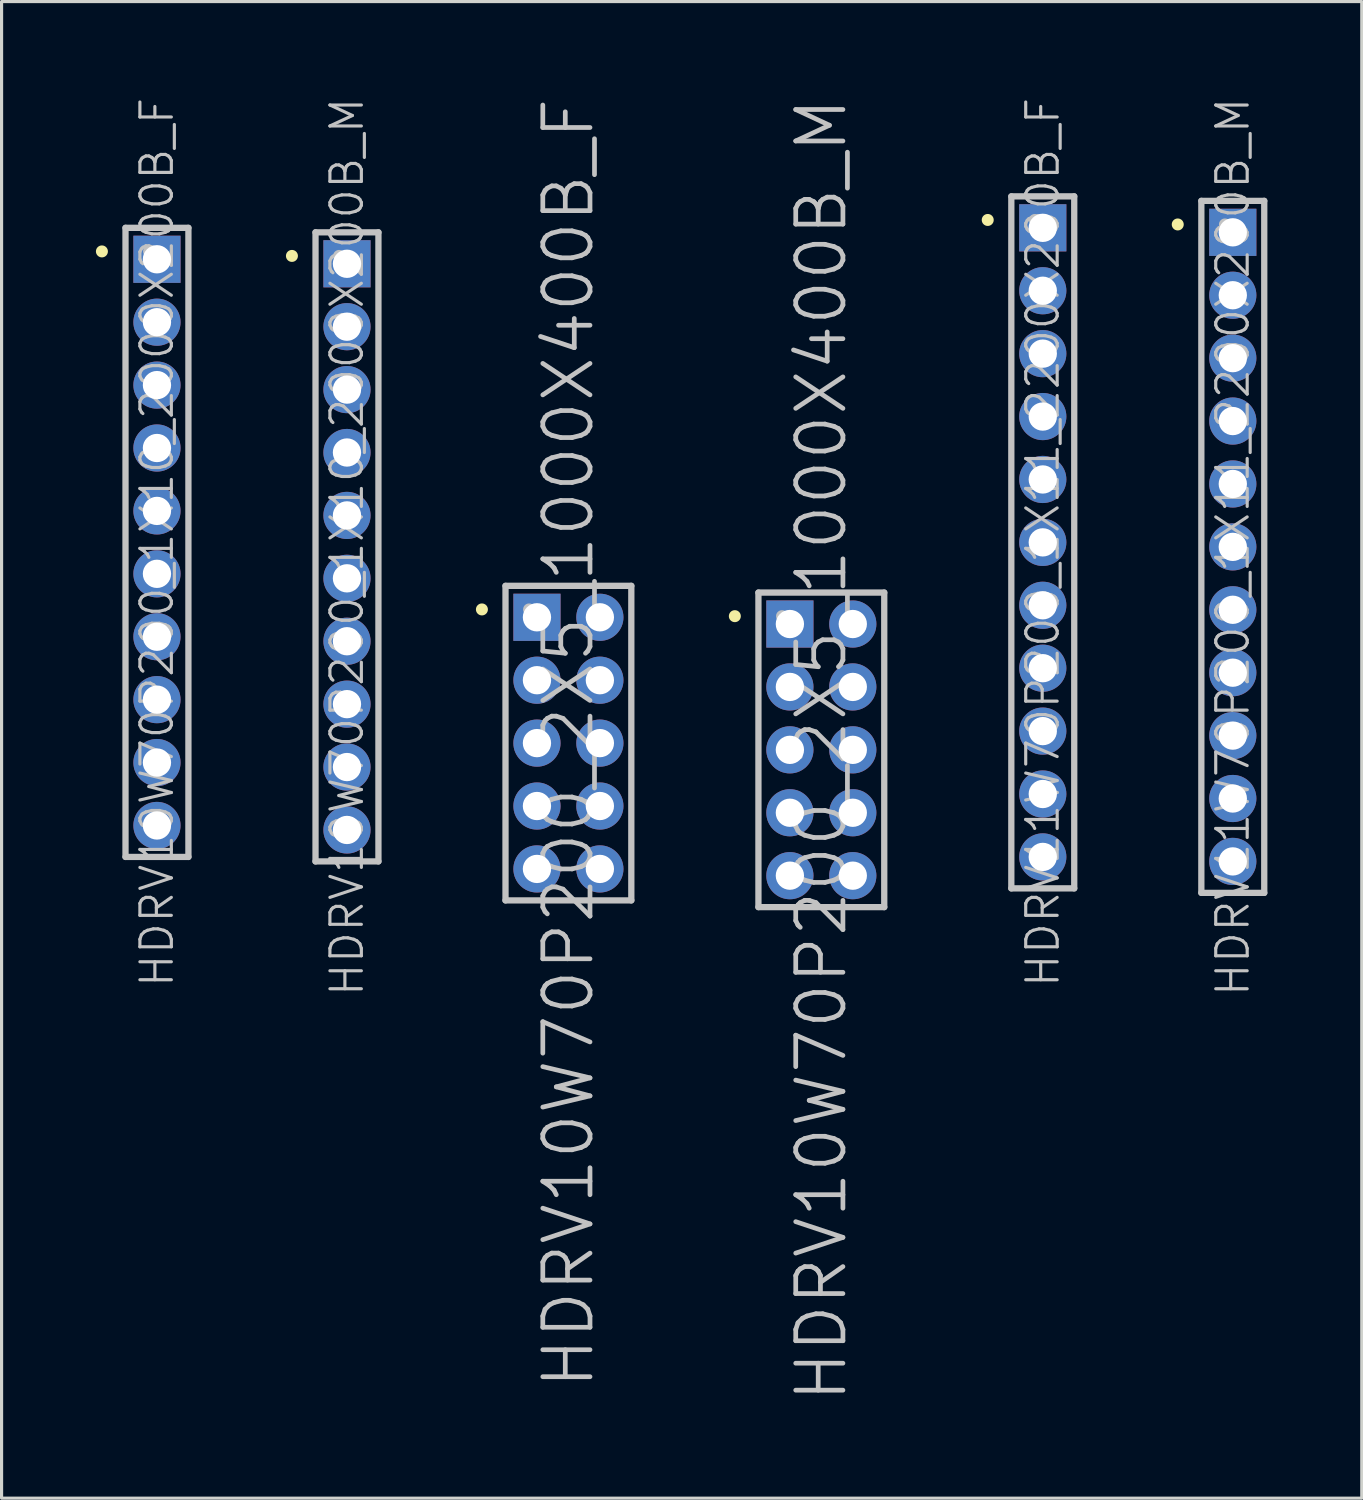
<source format=kicad_pcb>
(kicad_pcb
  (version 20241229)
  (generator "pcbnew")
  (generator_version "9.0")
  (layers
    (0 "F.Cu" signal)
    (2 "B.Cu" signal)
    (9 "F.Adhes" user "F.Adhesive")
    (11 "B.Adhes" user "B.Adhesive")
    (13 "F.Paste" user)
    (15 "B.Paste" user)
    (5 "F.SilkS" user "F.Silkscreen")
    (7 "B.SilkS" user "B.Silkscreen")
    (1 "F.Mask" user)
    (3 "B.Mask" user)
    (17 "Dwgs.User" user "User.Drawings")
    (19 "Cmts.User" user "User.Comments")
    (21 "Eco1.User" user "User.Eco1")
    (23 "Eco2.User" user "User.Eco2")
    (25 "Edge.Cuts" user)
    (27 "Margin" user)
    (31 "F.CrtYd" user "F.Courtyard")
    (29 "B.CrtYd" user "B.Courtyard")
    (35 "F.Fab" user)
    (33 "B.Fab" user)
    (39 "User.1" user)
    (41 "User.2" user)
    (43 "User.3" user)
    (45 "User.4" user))
  (footprint "HDRV10W70P200_1X10_2000X200B_F"
    (layer "F.Cu")
    (at 1.94 14.193)
    (property "Reference" "HDRV10W70P200_1X10_2000X200B_F" (at 0 0 90) (layer "Dwgs.User") (effects (font (size 1 1) (thickness 0.1))))
    (attr through_hole)
    (fp_line (start -1.75 -9.25) (end -1.75 -9.25) (stroke (width 0.381) (type solid)) (layer "F.SilkS"))
    (fp_line (start -1 -10) (end -1 10) (stroke (width 0.2) (type solid)) (layer "Dwgs.User"))
    (fp_line (start -1 -10) (end 1 -10) (stroke (width 0.2) (type solid)) (layer "Dwgs.User"))
    (fp_line (start -1 10) (end 1 10) (stroke (width 0.2) (type solid)) (layer "Dwgs.User"))
    (fp_line (start -0.25 -9.25) (end -0.25 -9.25) (stroke (width 0.381) (type solid)) (layer "Dwgs.User"))
    (fp_line (start 1 -10) (end 1 10) (stroke (width 0.2) (type solid)) (layer "Dwgs.User"))
    (pad "1" thru_hole rect (at 0 -9) (size 1.5 1.5) (drill 0.9) (layers "*.Cu" "*.Mask"))
    (pad "2" thru_hole circle (at 0 -7 270) (size 1.5 1.5) (drill 0.9) (layers "*.Cu" "*.Mask"))
    (pad "3" thru_hole circle (at 0 -5 270) (size 1.5 1.5) (drill 0.9) (layers "*.Cu" "*.Mask"))
    (pad "4" thru_hole circle (at 0 -3 270) (size 1.5 1.5) (drill 0.9) (layers "*.Cu" "*.Mask"))
    (pad "5" thru_hole circle (at 0 -1 270) (size 1.5 1.5) (drill 0.9) (layers "*.Cu" "*.Mask"))
    (pad "6" thru_hole circle (at 0 1 270) (size 1.5 1.5) (drill 0.9) (layers "*.Cu" "*.Mask"))
    (pad "7" thru_hole circle (at 0 3 270) (size 1.5 1.5) (drill 0.9) (layers "*.Cu" "*.Mask"))
    (pad "8" thru_hole circle (at 0 5 270) (size 1.5 1.5) (drill 0.9) (layers "*.Cu" "*.Mask"))
    (pad "9" thru_hole circle (at 0 7 270) (size 1.5 1.5) (drill 0.9) (layers "*.Cu" "*.Mask"))
    (pad "10" thru_hole circle (at 0 9 270) (size 1.5 1.5) (drill 0.9) (layers "*.Cu" "*.Mask")))
  (footprint "HDRV10W70P200_1X10_2000X200B_M"
    (layer "F.Cu")
    (at 7.981 14.336)
    (property "Reference" "HDRV10W70P200_1X10_2000X200B_M" (at 0 0 90) (layer "Dwgs.User") (effects (font (size 1 1) (thickness 0.1))))
    (attr through_hole)
    (fp_line (start -1.75 -9.25) (end -1.75 -9.25) (stroke (width 0.381) (type solid)) (layer "F.SilkS"))
    (fp_line (start -1 -10) (end -1 10) (stroke (width 0.2) (type solid)) (layer "Dwgs.User"))
    (fp_line (start -1 -10) (end 1 -10) (stroke (width 0.2) (type solid)) (layer "Dwgs.User"))
    (fp_line (start -1 10) (end 1 10) (stroke (width 0.2) (type solid)) (layer "Dwgs.User"))
    (fp_line (start -0.25 -9.25) (end -0.25 -9.25) (stroke (width 0.381) (type solid)) (layer "Dwgs.User"))
    (fp_line (start 1 -10) (end 1 10) (stroke (width 0.2) (type solid)) (layer "Dwgs.User"))
    (pad "1" thru_hole rect (at 0 -9) (size 1.5 1.5) (drill 0.9) (layers "*.Cu" "*.Mask"))
    (pad "2" thru_hole circle (at 0 -7 270) (size 1.5 1.5) (drill 0.9) (layers "*.Cu" "*.Mask"))
    (pad "3" thru_hole circle (at 0 -5 270) (size 1.5 1.5) (drill 0.9) (layers "*.Cu" "*.Mask"))
    (pad "4" thru_hole circle (at 0 -3 270) (size 1.5 1.5) (drill 0.9) (layers "*.Cu" "*.Mask"))
    (pad "5" thru_hole circle (at 0 -1 270) (size 1.5 1.5) (drill 0.9) (layers "*.Cu" "*.Mask"))
    (pad "6" thru_hole circle (at 0 1 270) (size 1.5 1.5) (drill 0.9) (layers "*.Cu" "*.Mask"))
    (pad "7" thru_hole circle (at 0 3 270) (size 1.5 1.5) (drill 0.9) (layers "*.Cu" "*.Mask"))
    (pad "8" thru_hole circle (at 0 5 270) (size 1.5 1.5) (drill 0.9) (layers "*.Cu" "*.Mask"))
    (pad "9" thru_hole circle (at 0 7 270) (size 1.5 1.5) (drill 0.9) (layers "*.Cu" "*.Mask"))
    (pad "10" thru_hole circle (at 0 9 270) (size 1.5 1.5) (drill 0.9) (layers "*.Cu" "*.Mask")))
  (footprint "HDRV11W70P200_1X11_2200X200B_M"
    (layer "F.Cu")
    (at 36.143 14.336)
    (property "Reference" "HDRV11W70P200_1X11_2200X200B_M" (at 0 0 90) (layer "Dwgs.User") (effects (font (size 1 1) (thickness 0.1))))
    (attr through_hole)
    (fp_line (start -1.75 -10.25) (end -1.75 -10.25) (stroke (width 0.381) (type solid)) (layer "F.SilkS"))
    (fp_line (start -1 -11) (end -1 11) (stroke (width 0.2) (type solid)) (layer "Dwgs.User"))
    (fp_line (start -1 -11) (end 1 -11) (stroke (width 0.2) (type solid)) (layer "Dwgs.User"))
    (fp_line (start -1 11) (end 1 11) (stroke (width 0.2) (type solid)) (layer "Dwgs.User"))
    (fp_line (start -0.25 -10.25) (end -0.25 -10.25) (stroke (width 0.381) (type solid)) (layer "Dwgs.User"))
    (fp_line (start 1 -11) (end 1 11) (stroke (width 0.2) (type solid)) (layer "Dwgs.User"))
    (pad "1" thru_hole rect (at 0 -10) (size 1.5 1.5) (drill 0.9) (layers "*.Cu" "*.Mask"))
    (pad "2" thru_hole circle (at 0 -8 270) (size 1.5 1.5) (drill 0.9) (layers "*.Cu" "*.Mask"))
    (pad "3" thru_hole circle (at 0 -6 270) (size 1.5 1.5) (drill 0.9) (layers "*.Cu" "*.Mask"))
    (pad "4" thru_hole circle (at 0 -4 270) (size 1.5 1.5) (drill 0.9) (layers "*.Cu" "*.Mask"))
    (pad "5" thru_hole circle (at 0 -2 270) (size 1.5 1.5) (drill 0.9) (layers "*.Cu" "*.Mask"))
    (pad "6" thru_hole circle (at 0 0 270) (size 1.5 1.5) (drill 0.9) (layers "*.Cu" "*.Mask"))
    (pad "7" thru_hole circle (at 0 2 270) (size 1.5 1.5) (drill 0.9) (layers "*.Cu" "*.Mask"))
    (pad "8" thru_hole circle (at 0 4 270) (size 1.5 1.5) (drill 0.9) (layers "*.Cu" "*.Mask"))
    (pad "9" thru_hole circle (at 0 6 270) (size 1.5 1.5) (drill 0.9) (layers "*.Cu" "*.Mask"))
    (pad "10" thru_hole circle (at 0 8 270) (size 1.5 1.5) (drill 0.9) (layers "*.Cu" "*.Mask"))
    (pad "11" thru_hole circle (at 0 10 270) (size 1.5 1.5) (drill 0.9) (layers "*.Cu" "*.Mask")))
  (footprint "HDRV11W70P200_1X11_2200X200B_F"
    (layer "F.Cu")
    (at 30.102 14.193)
    (property "Reference" "HDRV11W70P200_1X11_2200X200B_F" (at 0 0 90) (layer "Dwgs.User") (effects (font (size 1 1) (thickness 0.1))))
    (attr through_hole)
    (fp_line (start -1.75 -10.25) (end -1.75 -10.25) (stroke (width 0.381) (type solid)) (layer "F.SilkS"))
    (fp_line (start -1 -11) (end -1 11) (stroke (width 0.2) (type solid)) (layer "Dwgs.User"))
    (fp_line (start -1 -11) (end 1 -11) (stroke (width 0.2) (type solid)) (layer "Dwgs.User"))
    (fp_line (start -1 11) (end 1 11) (stroke (width 0.2) (type solid)) (layer "Dwgs.User"))
    (fp_line (start -0.25 -10.25) (end -0.25 -10.25) (stroke (width 0.381) (type solid)) (layer "Dwgs.User"))
    (fp_line (start 1 -11) (end 1 11) (stroke (width 0.2) (type solid)) (layer "Dwgs.User"))
    (pad "1" thru_hole rect (at 0 -10) (size 1.5 1.5) (drill 0.9) (layers "*.Cu" "*.Mask"))
    (pad "2" thru_hole circle (at 0 -8 270) (size 1.5 1.5) (drill 0.9) (layers "*.Cu" "*.Mask"))
    (pad "3" thru_hole circle (at 0 -6 270) (size 1.5 1.5) (drill 0.9) (layers "*.Cu" "*.Mask"))
    (pad "4" thru_hole circle (at 0 -4 270) (size 1.5 1.5) (drill 0.9) (layers "*.Cu" "*.Mask"))
    (pad "5" thru_hole circle (at 0 -2 270) (size 1.5 1.5) (drill 0.9) (layers "*.Cu" "*.Mask"))
    (pad "6" thru_hole circle (at 0 0 270) (size 1.5 1.5) (drill 0.9) (layers "*.Cu" "*.Mask"))
    (pad "7" thru_hole circle (at 0 2 270) (size 1.5 1.5) (drill 0.9) (layers "*.Cu" "*.Mask"))
    (pad "8" thru_hole circle (at 0 4 270) (size 1.5 1.5) (drill 0.9) (layers "*.Cu" "*.Mask"))
    (pad "9" thru_hole circle (at 0 6 270) (size 1.5 1.5) (drill 0.9) (layers "*.Cu" "*.Mask"))
    (pad "10" thru_hole circle (at 0 8 270) (size 1.5 1.5) (drill 0.9) (layers "*.Cu" "*.Mask"))
    (pad "11" thru_hole circle (at 0 10 270) (size 1.5 1.5) (drill 0.9) (layers "*.Cu" "*.Mask")))
  (footprint "HDRV10W70P200_2X5_1000X400B_M"
    (layer "F.Cu")
    (at 23.062 20.789)
    (property "Reference" "HDRV10W70P200_2X5_1000X400B_M" (at 0 0 90) (layer "Dwgs.User") (effects (font (size 1.5 1.5) (thickness 0.15))))
    (attr through_hole)
    (fp_line (start -2.75 -4.25) (end -2.75 -4.25) (stroke (width 0.381) (type solid)) (layer "F.SilkS"))
    (fp_line (start -2 -5) (end -2 5) (stroke (width 0.2) (type solid)) (layer "Dwgs.User"))
    (fp_line (start -2 -5) (end 2 -5) (stroke (width 0.2) (type solid)) (layer "Dwgs.User"))
    (fp_line (start -2 5) (end 2 5) (stroke (width 0.2) (type solid)) (layer "Dwgs.User"))
    (fp_line (start -1.25 -4.25) (end -1.25 -4.25) (stroke (width 0.381) (type solid)) (layer "Dwgs.User"))
    (fp_line (start 2 -5) (end 2 5) (stroke (width 0.2) (type solid)) (layer "Dwgs.User"))
    (pad "1" thru_hole rect (at -1 -4) (size 1.5 1.5) (drill 0.9) (layers "*.Cu" "*.Mask"))
    (pad "2" thru_hole circle (at 1 -4 270) (size 1.5 1.5) (drill 0.9) (layers "*.Cu" "*.Mask"))
    (pad "3" thru_hole circle (at -1 -2 270) (size 1.5 1.5) (drill 0.9) (layers "*.Cu" "*.Mask"))
    (pad "4" thru_hole circle (at 1 -2 270) (size 1.5 1.5) (drill 0.9) (layers "*.Cu" "*.Mask"))
    (pad "5" thru_hole circle (at -1 0 270) (size 1.5 1.5) (drill 0.9) (layers "*.Cu" "*.Mask"))
    (pad "6" thru_hole circle (at 1 0 270) (size 1.5 1.5) (drill 0.9) (layers "*.Cu" "*.Mask"))
    (pad "7" thru_hole circle (at -1 2 270) (size 1.5 1.5) (drill 0.9) (layers "*.Cu" "*.Mask"))
    (pad "8" thru_hole circle (at 1 2 270) (size 1.5 1.5) (drill 0.9) (layers "*.Cu" "*.Mask"))
    (pad "9" thru_hole circle (at -1 4 270) (size 1.5 1.5) (drill 0.9) (layers "*.Cu" "*.Mask"))
    (pad "10" thru_hole circle (at 1 4 270) (size 1.5 1.5) (drill 0.9) (layers "*.Cu" "*.Mask")))
  (footprint "HDRV10W70P200_2X5_1000X400B_F"
    (layer "F.Cu")
    (at 15.021 20.575)
    (property "Reference" "HDRV10W70P200_2X5_1000X400B_F" (at 0 0 90) (layer "Dwgs.User") (effects (font (size 1.5 1.5) (thickness 0.15))))
    (attr through_hole)
    (fp_line (start -2.75 -4.25) (end -2.75 -4.25) (stroke (width 0.381) (type solid)) (layer "F.SilkS"))
    (fp_line (start -2 -5) (end -2 5) (stroke (width 0.2) (type solid)) (layer "Dwgs.User"))
    (fp_line (start -2 -5) (end 2 -5) (stroke (width 0.2) (type solid)) (layer "Dwgs.User"))
    (fp_line (start -2 5) (end 2 5) (stroke (width 0.2) (type solid)) (layer "Dwgs.User"))
    (fp_line (start -1.25 -4.25) (end -1.25 -4.25) (stroke (width 0.381) (type solid)) (layer "Dwgs.User"))
    (fp_line (start 2 -5) (end 2 5) (stroke (width 0.2) (type solid)) (layer "Dwgs.User"))
    (pad "1" thru_hole rect (at -1 -4) (size 1.5 1.5) (drill 0.9) (layers "*.Cu" "*.Mask"))
    (pad "2" thru_hole circle (at 1 -4 270) (size 1.5 1.5) (drill 0.9) (layers "*.Cu" "*.Mask"))
    (pad "3" thru_hole circle (at -1 -2 270) (size 1.5 1.5) (drill 0.9) (layers "*.Cu" "*.Mask"))
    (pad "4" thru_hole circle (at 1 -2 270) (size 1.5 1.5) (drill 0.9) (layers "*.Cu" "*.Mask"))
    (pad "5" thru_hole circle (at -1 0 270) (size 1.5 1.5) (drill 0.9) (layers "*.Cu" "*.Mask"))
    (pad "6" thru_hole circle (at 1 0 270) (size 1.5 1.5) (drill 0.9) (layers "*.Cu" "*.Mask"))
    (pad "7" thru_hole circle (at -1 2 270) (size 1.5 1.5) (drill 0.9) (layers "*.Cu" "*.Mask"))
    (pad "8" thru_hole circle (at 1 2 270) (size 1.5 1.5) (drill 0.9) (layers "*.Cu" "*.Mask"))
    (pad "9" thru_hole circle (at -1 4 270) (size 1.5 1.5) (drill 0.9) (layers "*.Cu" "*.Mask"))
    (pad "10" thru_hole circle (at 1 4 270) (size 1.5 1.5) (drill 0.9) (layers "*.Cu" "*.Mask")))
  (gr_rect
    (start -3 -3)
    (end 40.243 44.579)
    (stroke (width 0.1) (type default))
    (fill no)
    (layer "Edge.Cuts")))
</source>
